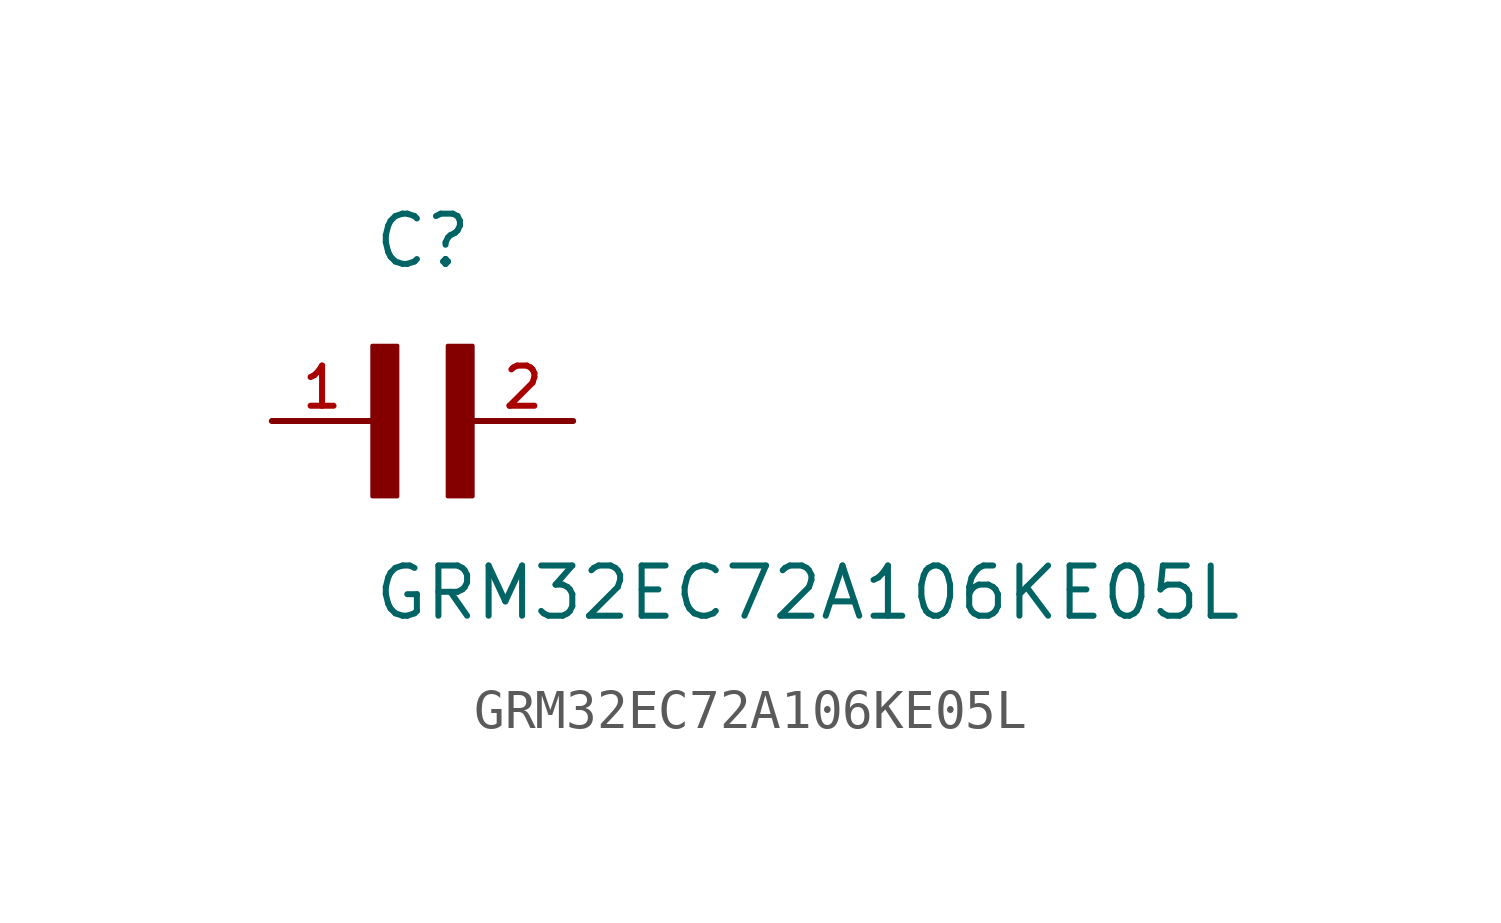
<source format=kicad_sym>
(kicad_symbol_lib
  (version 20211014)
  (generator kicad_symbol_editor)
  (symbol "GRM32EC72A106KE05L"
    (pin_names
      (offset 1.016))
    (property "Reference" "C"
      (at 0.0 3.811 0)
      (effects (font (size 1.27 1.27)) (justify bottom left)))
    (property "Value" "GRM32EC72A106KE05L"
      (at 0.0 -5.088 0)
      (effects (font (size 1.27 1.27)) (justify bottom left)))
    (symbol "GRM32EC72A106KE05L_0_0"
      (rectangle (start 0.0 -1.907) (end 0.635 1.905) (stroke (width 0.1)) (fill (type outline)))
      (rectangle (start 1.907 -1.907) (end 2.54 1.905) (stroke (width 0.1)) (fill (type outline)))
      (pin passive line (at 5.08 0.0 180.0) (length 2.54) (name "~" (effects (font (size 1.016 1.016)))) (number "2" (effects (font (size 1.016 1.016)))))
      (pin passive line (at -2.54 0.0 0) (length 2.54) (name "~" (effects (font (size 1.016 1.016)))) (number "1" (effects (font (size 1.016 1.016))))))))
</source>
